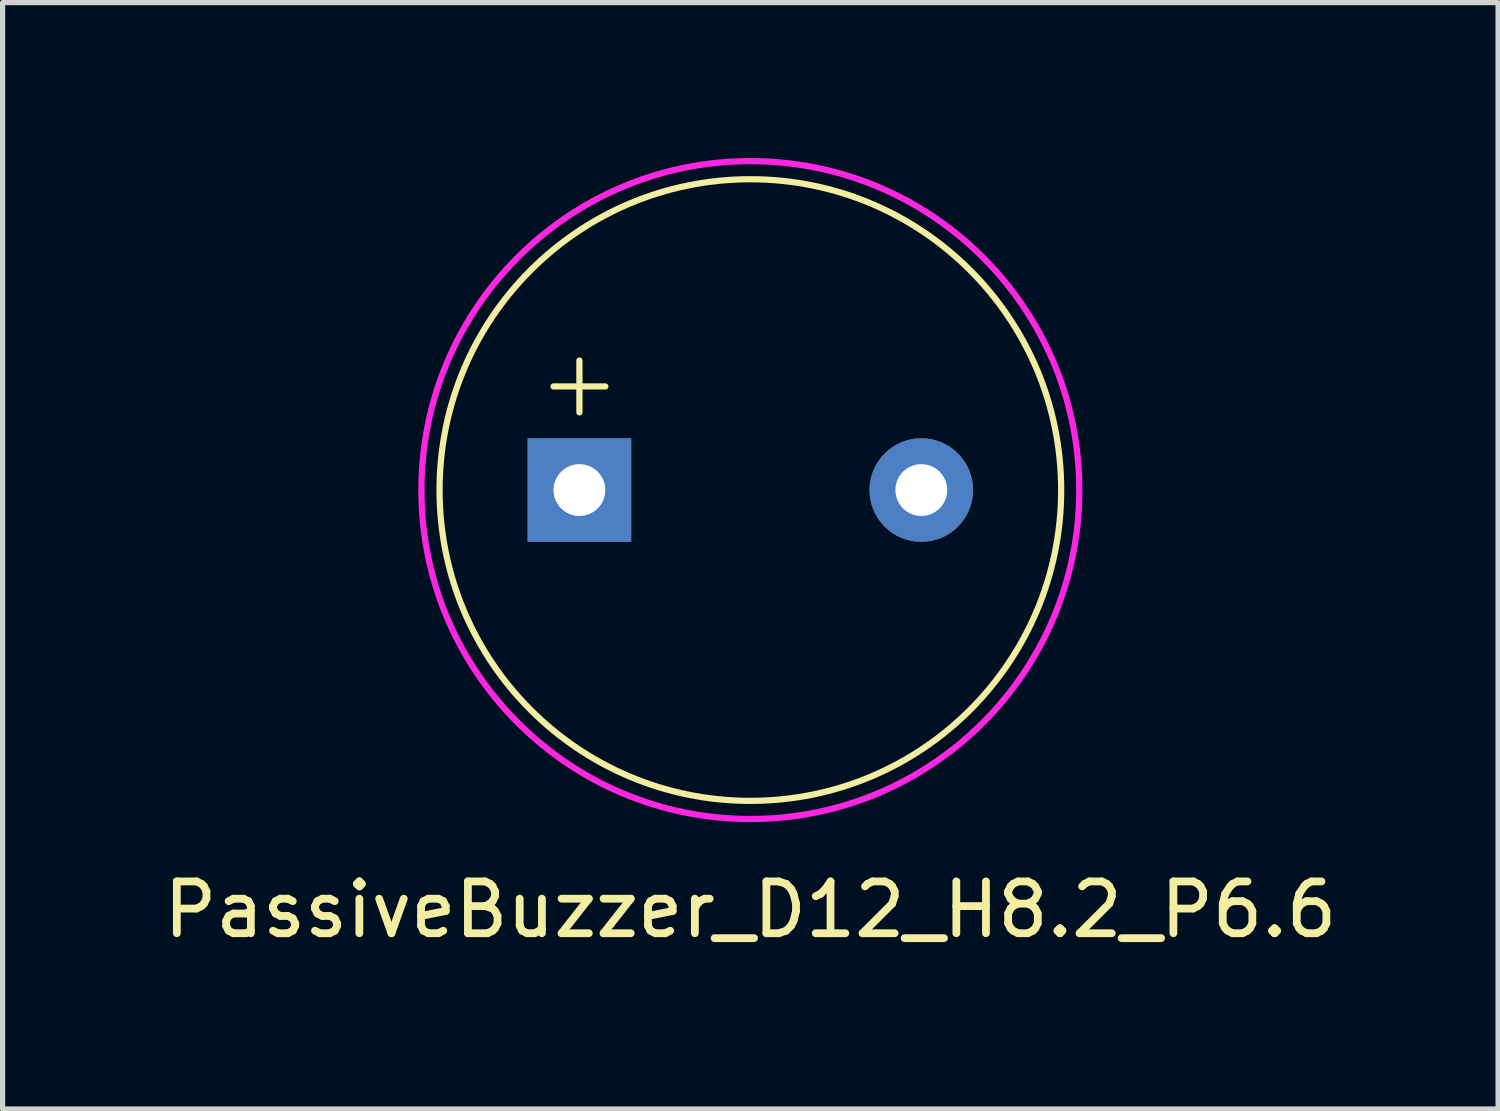
<source format=kicad_pcb>
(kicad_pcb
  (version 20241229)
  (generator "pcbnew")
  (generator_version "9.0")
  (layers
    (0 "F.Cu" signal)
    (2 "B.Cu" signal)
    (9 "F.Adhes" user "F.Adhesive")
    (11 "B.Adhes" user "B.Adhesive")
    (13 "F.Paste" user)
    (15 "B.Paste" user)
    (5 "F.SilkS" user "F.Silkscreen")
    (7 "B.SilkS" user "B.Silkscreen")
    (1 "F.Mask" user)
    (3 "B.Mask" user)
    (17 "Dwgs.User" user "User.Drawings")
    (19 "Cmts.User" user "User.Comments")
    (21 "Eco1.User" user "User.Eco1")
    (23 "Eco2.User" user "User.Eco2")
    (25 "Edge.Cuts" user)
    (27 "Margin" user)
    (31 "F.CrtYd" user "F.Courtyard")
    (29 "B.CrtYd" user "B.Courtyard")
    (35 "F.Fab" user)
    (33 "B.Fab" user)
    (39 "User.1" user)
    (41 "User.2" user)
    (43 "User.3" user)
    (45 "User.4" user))
  (footprint "PassiveBuzzer_D12_H8.2_P6.6"
    (layer "F.Cu")
    (at 11.435 6.41)
    (property "Reference" "PassiveBuzzer_D12_H8.2_P6.6" (at 0 8.1 0) (layer "F.SilkS") (effects (font (size 1 1) (thickness 0.15))))
    (attr through_hole)
    (fp_line (start -3.8 -2) (end -2.8 -2) (stroke (width 0.12) (type solid)) (layer "F.SilkS"))
    (fp_line (start -3.3 -2.5) (end -3.3 -1.5) (stroke (width 0.12) (type solid)) (layer "F.SilkS"))
    (fp_circle (center 0 0) (end 6 0) (stroke (width 0.12) (type solid)) (fill no) (layer "F.SilkS"))
    (fp_circle (center 0 0) (end 6.35 0) (stroke (width 0.12) (type solid)) (fill no) (layer "F.CrtYd"))
    (pad "1" thru_hole rect (at -3.3 0) (size 2 2) (drill 1) (layers "*.Cu" "*.Mask"))
    (pad "2" thru_hole circle (at 3.3 0) (size 2 2) (drill 1) (layers "*.Cu" "*.Mask")))
  (gr_rect
    (start -3 -3)
    (end 25.869 18.358)
    (stroke (width 0.1) (type default))
    (fill no)
    (layer "Edge.Cuts")))
</source>
